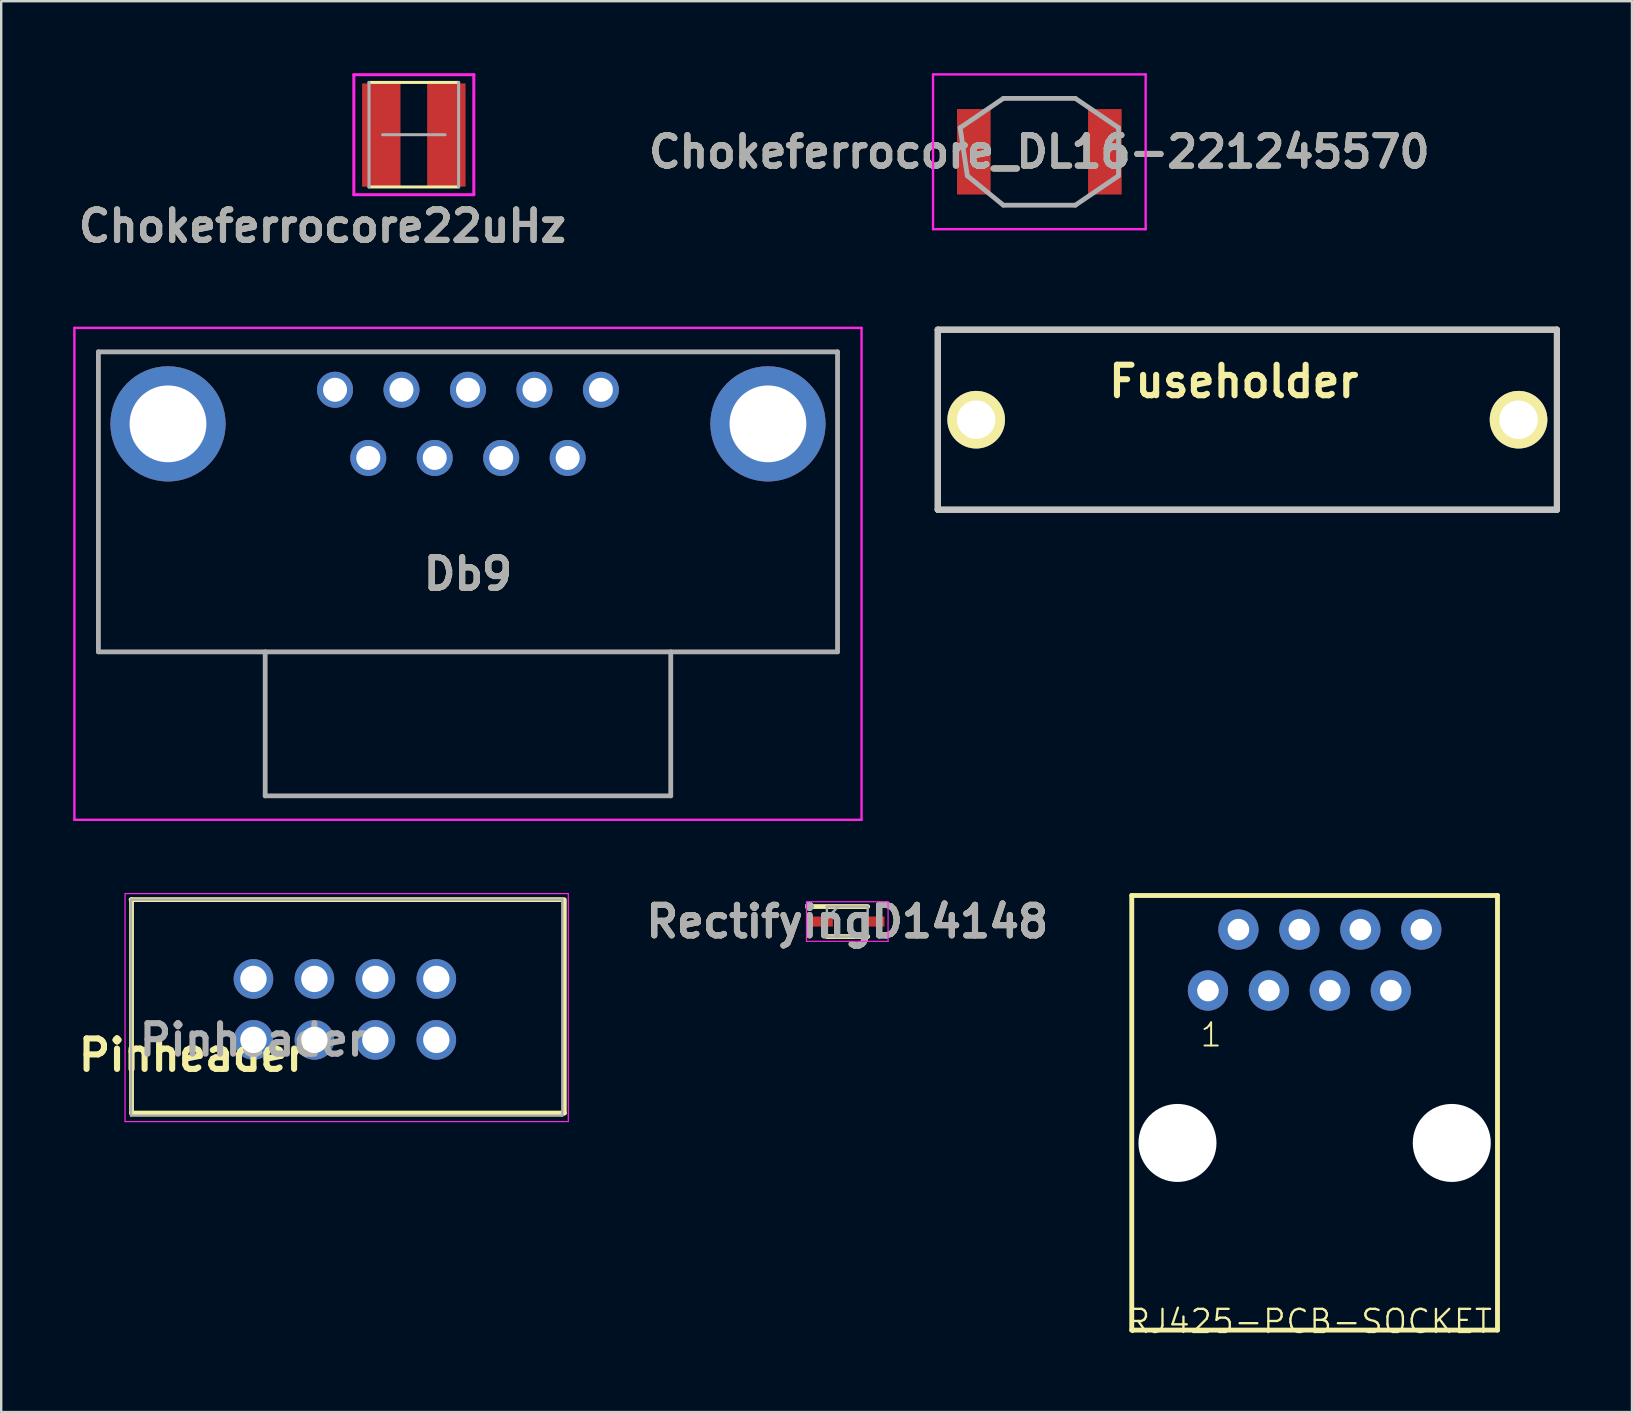
<source format=kicad_pcb>
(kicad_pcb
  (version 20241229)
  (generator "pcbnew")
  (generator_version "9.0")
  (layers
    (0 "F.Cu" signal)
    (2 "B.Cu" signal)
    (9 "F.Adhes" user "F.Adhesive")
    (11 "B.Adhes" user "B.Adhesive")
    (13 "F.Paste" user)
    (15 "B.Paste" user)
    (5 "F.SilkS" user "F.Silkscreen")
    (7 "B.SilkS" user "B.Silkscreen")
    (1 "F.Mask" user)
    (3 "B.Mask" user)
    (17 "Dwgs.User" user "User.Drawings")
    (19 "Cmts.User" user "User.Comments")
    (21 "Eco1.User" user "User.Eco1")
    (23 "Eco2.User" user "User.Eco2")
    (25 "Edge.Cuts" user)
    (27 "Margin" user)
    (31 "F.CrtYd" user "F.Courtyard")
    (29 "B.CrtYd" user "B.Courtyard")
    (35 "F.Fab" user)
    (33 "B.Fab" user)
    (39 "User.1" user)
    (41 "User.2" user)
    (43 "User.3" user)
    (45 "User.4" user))
  (footprint "Db9"
    (layer "F.Cu")
    (at 21.99 13.192)
    (property "Reference" "Db9" (at -5.54 7.67 0) (layer "F.SilkS") (effects (font (size 1.27 1.27) (thickness 0.254))))
    (attr through_hole)
    (fp_line (start -20.94 -1.58) (end 9.86 -1.58) (stroke (width 0.1) (type solid)) (layer "F.SilkS"))
    (fp_line (start -20.94 10.92) (end -20.94 -1.58) (stroke (width 0.1) (type solid)) (layer "F.SilkS"))
    (fp_line (start 9.86 -1.58) (end 9.86 10.92) (stroke (width 0.1) (type solid)) (layer "F.SilkS"))
    (fp_line (start 9.86 10.92) (end -20.94 10.92) (stroke (width 0.1) (type solid)) (layer "F.SilkS"))
    (fp_line (start -21.94 -2.58) (end 10.86 -2.58) (stroke (width 0.1) (type solid)) (layer "F.CrtYd"))
    (fp_line (start -21.94 17.92) (end -21.94 -2.58) (stroke (width 0.1) (type solid)) (layer "F.CrtYd"))
    (fp_line (start 10.86 -2.58) (end 10.86 17.92) (stroke (width 0.1) (type solid)) (layer "F.CrtYd"))
    (fp_line (start 10.86 17.92) (end -21.94 17.92) (stroke (width 0.1) (type solid)) (layer "F.CrtYd"))
    (fp_line (start -20.94 -1.58) (end 9.86 -1.58) (stroke (width 0.2) (type solid)) (layer "F.Fab"))
    (fp_line (start -20.94 10.92) (end -20.94 -1.58) (stroke (width 0.2) (type solid)) (layer "F.Fab"))
    (fp_line (start -13.99 10.92) (end -13.99 16.92) (stroke (width 0.2) (type solid)) (layer "F.Fab"))
    (fp_line (start -13.99 16.92) (end 2.91 16.92) (stroke (width 0.2) (type solid)) (layer "F.Fab"))
    (fp_line (start 2.91 16.92) (end 2.91 10.92) (stroke (width 0.2) (type solid)) (layer "F.Fab"))
    (fp_line (start 9.86 -1.58) (end 9.86 10.92) (stroke (width 0.2) (type solid)) (layer "F.Fab"))
    (fp_line (start 9.86 10.92) (end -20.94 10.92) (stroke (width 0.2) (type solid)) (layer "F.Fab"))
    (fp_text user "${REFERENCE}" (at -5.54 7.67 0) (layer "F.Fab") (effects (font (size 1.27 1.27) (thickness 0.254))))
    (pad "1" thru_hole circle (at 0 0) (size 1.5 1.5) (drill 1) (layers "*.Cu" "*.Mask"))
    (pad "2" thru_hole circle (at -2.77 0) (size 1.5 1.5) (drill 1) (layers "*.Cu" "*.Mask"))
    (pad "3" thru_hole circle (at -5.54 0) (size 1.5 1.5) (drill 1) (layers "*.Cu" "*.Mask"))
    (pad "4" thru_hole circle (at -8.31 0) (size 1.5 1.5) (drill 1) (layers "*.Cu" "*.Mask"))
    (pad "5" thru_hole circle (at -11.08 0) (size 1.5 1.5) (drill 1) (layers "*.Cu" "*.Mask"))
    (pad "6" thru_hole circle (at -1.385 2.84) (size 1.5 1.5) (drill 1) (layers "*.Cu" "*.Mask"))
    (pad "7" thru_hole circle (at -4.155 2.84) (size 1.5 1.5) (drill 1) (layers "*.Cu" "*.Mask"))
    (pad "8" thru_hole circle (at -6.925 2.84) (size 1.5 1.5) (drill 1) (layers "*.Cu" "*.Mask"))
    (pad "9" thru_hole circle (at -9.695 2.84) (size 1.5 1.5) (drill 1) (layers "*.Cu" "*.Mask"))
    (pad "MH1" thru_hole circle (at -18.04 1.42) (size 4.8 4.8) (drill 3.2) (layers "*.Cu" "*.Mask"))
    (pad "MH2" thru_hole circle (at 6.96 1.42) (size 4.8 4.8) (drill 3.2) (layers "*.Cu" "*.Mask")))
  (footprint "RJ425-PCB-SOCKET"
    (layer "F.Cu")
    (at 51.73 44.576)
    (property "Reference" "RJ425-PCB-SOCKET" (at -7.874 8.001 0) (layer "F.SilkS") (effects (font (size 0.965 0.965) (thickness 0.097)) (justify left bottom)))
    (attr through_hole)
    (fp_line (start -7.62 -10.312) (end 7.62 -10.312) (stroke (width 0.203) (type solid)) (layer "F.SilkS"))
    (fp_line (start -7.62 7.798) (end -7.62 -10.312) (stroke (width 0.203) (type solid)) (layer "F.SilkS"))
    (fp_line (start 7.62 -10.312) (end 7.62 7.798) (stroke (width 0.203) (type solid)) (layer "F.SilkS"))
    (fp_line (start 7.62 7.798) (end -7.62 7.798) (stroke (width 0.203) (type solid)) (layer "F.SilkS"))
    (fp_text user "1" (at -4.826 -3.937 0) (layer "F.SilkS") (effects (font (size 0.965 0.965) (thickness 0.081)) (justify left bottom)))
    (pad "" np_thru_hole circle (at -5.715 0) (size 3.251 3.251) (drill 3.251) (layers "*.Cu" "*.Mask"))
    (pad "" np_thru_hole circle (at 5.715 0) (size 3.251 3.251) (drill 3.251) (layers "*.Cu" "*.Mask"))
    (pad "1" thru_hole circle (at -4.445 -6.35) (size 1.676 1.676) (drill 0.9) (layers "*.Cu" "*.Mask"))
    (pad "2" thru_hole circle (at -3.175 -8.89) (size 1.676 1.676) (drill 0.9) (layers "*.Cu" "*.Mask"))
    (pad "3" thru_hole circle (at -1.905 -6.35) (size 1.676 1.676) (drill 0.9) (layers "*.Cu" "*.Mask"))
    (pad "4" thru_hole circle (at -0.635 -8.89) (size 1.676 1.676) (drill 0.9) (layers "*.Cu" "*.Mask"))
    (pad "5" thru_hole circle (at 0.635 -6.35) (size 1.676 1.676) (drill 0.9) (layers "*.Cu" "*.Mask"))
    (pad "6" thru_hole circle (at 1.905 -8.89) (size 1.676 1.676) (drill 0.9) (layers "*.Cu" "*.Mask"))
    (pad "7" thru_hole circle (at 3.175 -6.35) (size 1.676 1.676) (drill 0.9) (layers "*.Cu" "*.Mask"))
    (pad "8" thru_hole circle (at 4.445 -8.89) (size 1.676 1.676) (drill 0.9) (layers "*.Cu" "*.Mask")))
  (footprint "Chokeferrocore22uHz"
    (layer "F.Cu")
    (at 14.194 2.563)
    (property "Reference" "Chokeferrocore22uHz" (at -3.81 3.81 0) (layer "F.SilkS") (effects (font (size 1.27 1.27) (thickness 0.254))))
    (attr smd)
    (fp_line (start -1.867 -2.178) (end 1.867 -2.178) (stroke (width 0.127) (type solid)) (layer "F.SilkS"))
    (fp_line (start 1.867 2.178) (end -1.867 2.178) (stroke (width 0.127) (type solid)) (layer "F.SilkS"))
    (fp_line (start -2.5 -2.5) (end 2.5 -2.5) (stroke (width 0.127) (type solid)) (layer "F.CrtYd"))
    (fp_line (start -2.5 2.5) (end -2.5 -2.5) (stroke (width 0.127) (type solid)) (layer "F.CrtYd"))
    (fp_line (start 2.5 -2.5) (end 2.5 2.5) (stroke (width 0.127) (type solid)) (layer "F.CrtYd"))
    (fp_line (start 2.5 2.5) (end -2.5 2.5) (stroke (width 0.127) (type solid)) (layer "F.CrtYd"))
    (fp_line (start -1.867 2.178) (end -1.867 -2.178) (stroke (width 0.127) (type solid)) (layer "F.Fab"))
    (fp_line (start -1.3 0) (end 1.3 0) (stroke (width 0.127) (type solid)) (layer "F.Fab"))
    (fp_line (start 1.867 -2.178) (end 1.867 2.178) (stroke (width 0.127) (type solid)) (layer "F.Fab"))
    (fp_text user "${REFERENCE}" (at -3.81 3.81 0) (layer "F.Fab") (effects (font (size 1.27 1.27) (thickness 0.254))))
    (pad "1" smd rect (at -1.356 0.014) (size 1.6 4.3) (layers "F.Cu" "F.Mask" "F.Paste"))
    (pad "2" smd rect (at 1.356 0.014) (size 1.6 4.3) (layers "F.Cu" "F.Mask" "F.Paste")))
  (footprint "RectifyingD14148"
    (layer "F.Cu")
    (at 32.256 35.351)
    (property "Reference" "RectifyingD14148" (at 0 0 0) (layer "F.SilkS") (effects (font (size 1.27 1.27) (thickness 0.254))))
    (attr smd)
    (fp_line (start -1.55 -0.625) (end 0.85 -0.625) (stroke (width 0.2) (type solid)) (layer "F.SilkS"))
    (fp_line (start -0.85 0.625) (end 0.85 0.625) (stroke (width 0.2) (type solid)) (layer "F.SilkS"))
    (fp_line (start -1.7 -0.825) (end 1.7 -0.825) (stroke (width 0.05) (type solid)) (layer "F.CrtYd"))
    (fp_line (start -1.7 0.825) (end -1.7 -0.825) (stroke (width 0.05) (type solid)) (layer "F.CrtYd"))
    (fp_line (start 1.7 -0.825) (end 1.7 0.825) (stroke (width 0.05) (type solid)) (layer "F.CrtYd"))
    (fp_line (start 1.7 0.825) (end -1.7 0.825) (stroke (width 0.05) (type solid)) (layer "F.CrtYd"))
    (fp_line (start -0.85 -0.625) (end 0.85 -0.625) (stroke (width 0.1) (type solid)) (layer "F.Fab"))
    (fp_line (start -0.85 -0.15) (end -0.375 -0.625) (stroke (width 0.1) (type solid)) (layer "F.Fab"))
    (fp_line (start -0.85 0.625) (end -0.85 -0.625) (stroke (width 0.1) (type solid)) (layer "F.Fab"))
    (fp_line (start 0.85 -0.625) (end 0.85 0.625) (stroke (width 0.1) (type solid)) (layer "F.Fab"))
    (fp_line (start 0.85 0.625) (end -0.85 0.625) (stroke (width 0.1) (type solid)) (layer "F.Fab"))
    (fp_text user "${REFERENCE}" (at 0 0 0) (layer "F.Fab") (effects (font (size 1.27 1.27) (thickness 0.254))))
    (pad "1" smd rect (at -1.075 0 90) (size 0.42 0.95) (layers "F.Cu" "F.Mask" "F.Paste"))
    (pad "2" smd rect (at 1.075 0 90) (size 0.42 0.95) (layers "F.Cu" "F.Mask" "F.Paste")))
  (footprint "Fuseholder"
    (layer "F.Cu")
    (at 48.927 14.439)
    (property "Reference" "Fuseholder" (at -0.565 -1.595 0) (layer "F.SilkS") (effects (font (size 1.27 1.27) (thickness 0.254))))
    (attr through_hole)
    (fp_line (start -12.9 -3.75) (end 12.9 -3.75) (stroke (width 0.254) (type solid)) (layer "F.SilkS"))
    (fp_line (start -12.9 3.75) (end -12.9 -3.75) (stroke (width 0.254) (type solid)) (layer "F.SilkS"))
    (fp_line (start 12.9 -3.75) (end 12.9 3.75) (stroke (width 0.254) (type solid)) (layer "F.SilkS"))
    (fp_line (start 12.9 3.75) (end -12.9 3.75) (stroke (width 0.254) (type solid)) (layer "F.SilkS"))
    (fp_line (start -12.9 -3.75) (end 12.9 -3.75) (stroke (width 0.254) (type solid)) (layer "Dwgs.User"))
    (fp_line (start -12.9 3.75) (end -12.9 -3.75) (stroke (width 0.254) (type solid)) (layer "Dwgs.User"))
    (fp_line (start 12.9 -3.75) (end 12.9 3.75) (stroke (width 0.254) (type solid)) (layer "Dwgs.User"))
    (fp_line (start 12.9 3.75) (end -12.9 3.75) (stroke (width 0.254) (type solid)) (layer "Dwgs.User"))
    (pad "1" thru_hole circle (at -11.3 0 90) (size 2.4 2.4) (drill 1.6) (layers "*.Cu" "*.Mask" "F.SilkS"))
    (pad "2" thru_hole circle (at 11.3 0 90) (size 2.4 2.4) (drill 1.6) (layers "*.Cu" "*.Mask" "F.SilkS")))
  (footprint "Pinheader"
    (layer "F.Cu")
    (at 7.511 40.282)
    (property "Reference" "Pinheader" (at -2.54 0.635 0) (layer "F.SilkS") (effects (font (size 1.27 1.27) (thickness 0.254))))
    (attr through_hole)
    (fp_line (start -5.08 -5.842) (end -5.08 3.048) (stroke (width 0.2) (type solid)) (layer "F.SilkS"))
    (fp_line (start -5.08 3.048) (end 12.954 3.048) (stroke (width 0.2) (type solid)) (layer "F.SilkS"))
    (fp_line (start 12.87 -5.845) (end -5.1 -5.845) (stroke (width 0.2) (type solid)) (layer "F.SilkS"))
    (fp_line (start 12.954 3.048) (end 12.954 -5.842) (stroke (width 0.2) (type solid)) (layer "F.SilkS"))
    (fp_line (start -5.35 -6.095) (end 13.12 -6.095) (stroke (width 0.05) (type solid)) (layer "F.CrtYd"))
    (fp_line (start -5.35 3.405) (end -5.35 -6.095) (stroke (width 0.05) (type solid)) (layer "F.CrtYd"))
    (fp_line (start 13.12 -6.095) (end 13.12 3.405) (stroke (width 0.05) (type solid)) (layer "F.CrtYd"))
    (fp_line (start 13.12 3.405) (end -5.35 3.405) (stroke (width 0.05) (type solid)) (layer "F.CrtYd"))
    (fp_line (start -5.1 -5.845) (end 12.87 -5.845) (stroke (width 0.1) (type solid)) (layer "F.Fab"))
    (fp_line (start -5.1 3.155) (end -5.1 -5.845) (stroke (width 0.1) (type solid)) (layer "F.Fab"))
    (fp_line (start 12.87 -5.845) (end 12.87 3.155) (stroke (width 0.1) (type solid)) (layer "F.Fab"))
    (fp_line (start 12.87 3.155) (end -5.1 3.155) (stroke (width 0.1) (type solid)) (layer "F.Fab"))
    (fp_text user "${REFERENCE}" (at 0 0 0) (layer "F.Fab") (effects (font (size 1.27 1.27) (thickness 0.254))))
    (pad "1" thru_hole circle (at 0 0) (size 1.65 1.65) (drill 1.1) (layers "*.Cu" "*.Mask"))
    (pad "2" thru_hole circle (at 0 -2.54) (size 1.65 1.65) (drill 1.1) (layers "*.Cu" "*.Mask"))
    (pad "3" thru_hole circle (at 2.54 0) (size 1.65 1.65) (drill 1.1) (layers "*.Cu" "*.Mask"))
    (pad "4" thru_hole circle (at 2.54 -2.54) (size 1.65 1.65) (drill 1.1) (layers "*.Cu" "*.Mask"))
    (pad "5" thru_hole circle (at 5.08 0) (size 1.65 1.65) (drill 1.1) (layers "*.Cu" "*.Mask"))
    (pad "6" thru_hole circle (at 5.08 -2.54) (size 1.65 1.65) (drill 1.1) (layers "*.Cu" "*.Mask"))
    (pad "7" thru_hole circle (at 7.62 0) (size 1.65 1.65) (drill 1.1) (layers "*.Cu" "*.Mask"))
    (pad "8" thru_hole circle (at 7.62 -2.54) (size 1.65 1.65) (drill 1.1) (layers "*.Cu" "*.Mask")))
  (footprint "Chokeferrocore_DL16-221245570"
    (layer "F.Cu")
    (at 40.259 3.275)
    (property "Reference" "Chokeferrocore_DL16-221245570" (at 0 0 0) (layer "F.SilkS") (effects (font (size 1.27 1.27) (thickness 0.254))))
    (attr smd)
    (fp_line (start -2 -1.9) (end -1.5 -2.225) (stroke (width 0.1) (type solid)) (layer "F.SilkS"))
    (fp_line (start -1.9 1.9) (end -1.5 2.225) (stroke (width 0.1) (type solid)) (layer "F.SilkS"))
    (fp_line (start -1.5 -2.225) (end 1.5 -2.225) (stroke (width 0.1) (type solid)) (layer "F.SilkS"))
    (fp_line (start -1.5 2.225) (end 1.5 2.225) (stroke (width 0.1) (type solid)) (layer "F.SilkS"))
    (fp_line (start 1.5 -2.225) (end 2 -1.9) (stroke (width 0.1) (type solid)) (layer "F.SilkS"))
    (fp_line (start 1.5 2.225) (end 2 1.9) (stroke (width 0.1) (type solid)) (layer "F.SilkS"))
    (fp_line (start -4.43 -3.225) (end 4.43 -3.225) (stroke (width 0.1) (type solid)) (layer "F.CrtYd"))
    (fp_line (start -4.43 3.225) (end -4.43 -3.225) (stroke (width 0.1) (type solid)) (layer "F.CrtYd"))
    (fp_line (start 4.43 -3.225) (end 4.43 3.225) (stroke (width 0.1) (type solid)) (layer "F.CrtYd"))
    (fp_line (start 4.43 3.225) (end -4.43 3.225) (stroke (width 0.1) (type solid)) (layer "F.CrtYd"))
    (fp_line (start -3.3 -1) (end -3 1) (stroke (width 0.2) (type solid)) (layer "F.Fab"))
    (fp_line (start -3 1) (end -1.5 2.225) (stroke (width 0.2) (type solid)) (layer "F.Fab"))
    (fp_line (start -1.5 -2.225) (end -3.3 -1) (stroke (width 0.2) (type solid)) (layer "F.Fab"))
    (fp_line (start -1.5 2.225) (end 1.5 2.225) (stroke (width 0.2) (type solid)) (layer "F.Fab"))
    (fp_line (start 1.5 -2.225) (end -1.5 -2.225) (stroke (width 0.2) (type solid)) (layer "F.Fab"))
    (fp_line (start 1.5 2.225) (end 3.3 1) (stroke (width 0.2) (type solid)) (layer "F.Fab"))
    (fp_line (start 3.3 -1) (end 1.5 -2.225) (stroke (width 0.2) (type solid)) (layer "F.Fab"))
    (fp_line (start 3.3 1) (end 3.3 -1) (stroke (width 0.2) (type solid)) (layer "F.Fab"))
    (fp_text user "${REFERENCE}" (at 0 0 0) (layer "F.Fab") (effects (font (size 1.27 1.27) (thickness 0.254))))
    (pad "1" smd rect (at -2.73 0) (size 1.4 3.56) (layers "F.Cu" "F.Mask" "F.Paste"))
    (pad "2" smd rect (at 2.73 0) (size 1.4 3.56) (layers "F.Cu" "F.Mask" "F.Paste")))
  (gr_rect
    (start -3 -3)
    (end 64.954 55.791)
    (stroke (width 0.1) (type default))
    (fill no)
    (layer "Edge.Cuts")))
</source>
